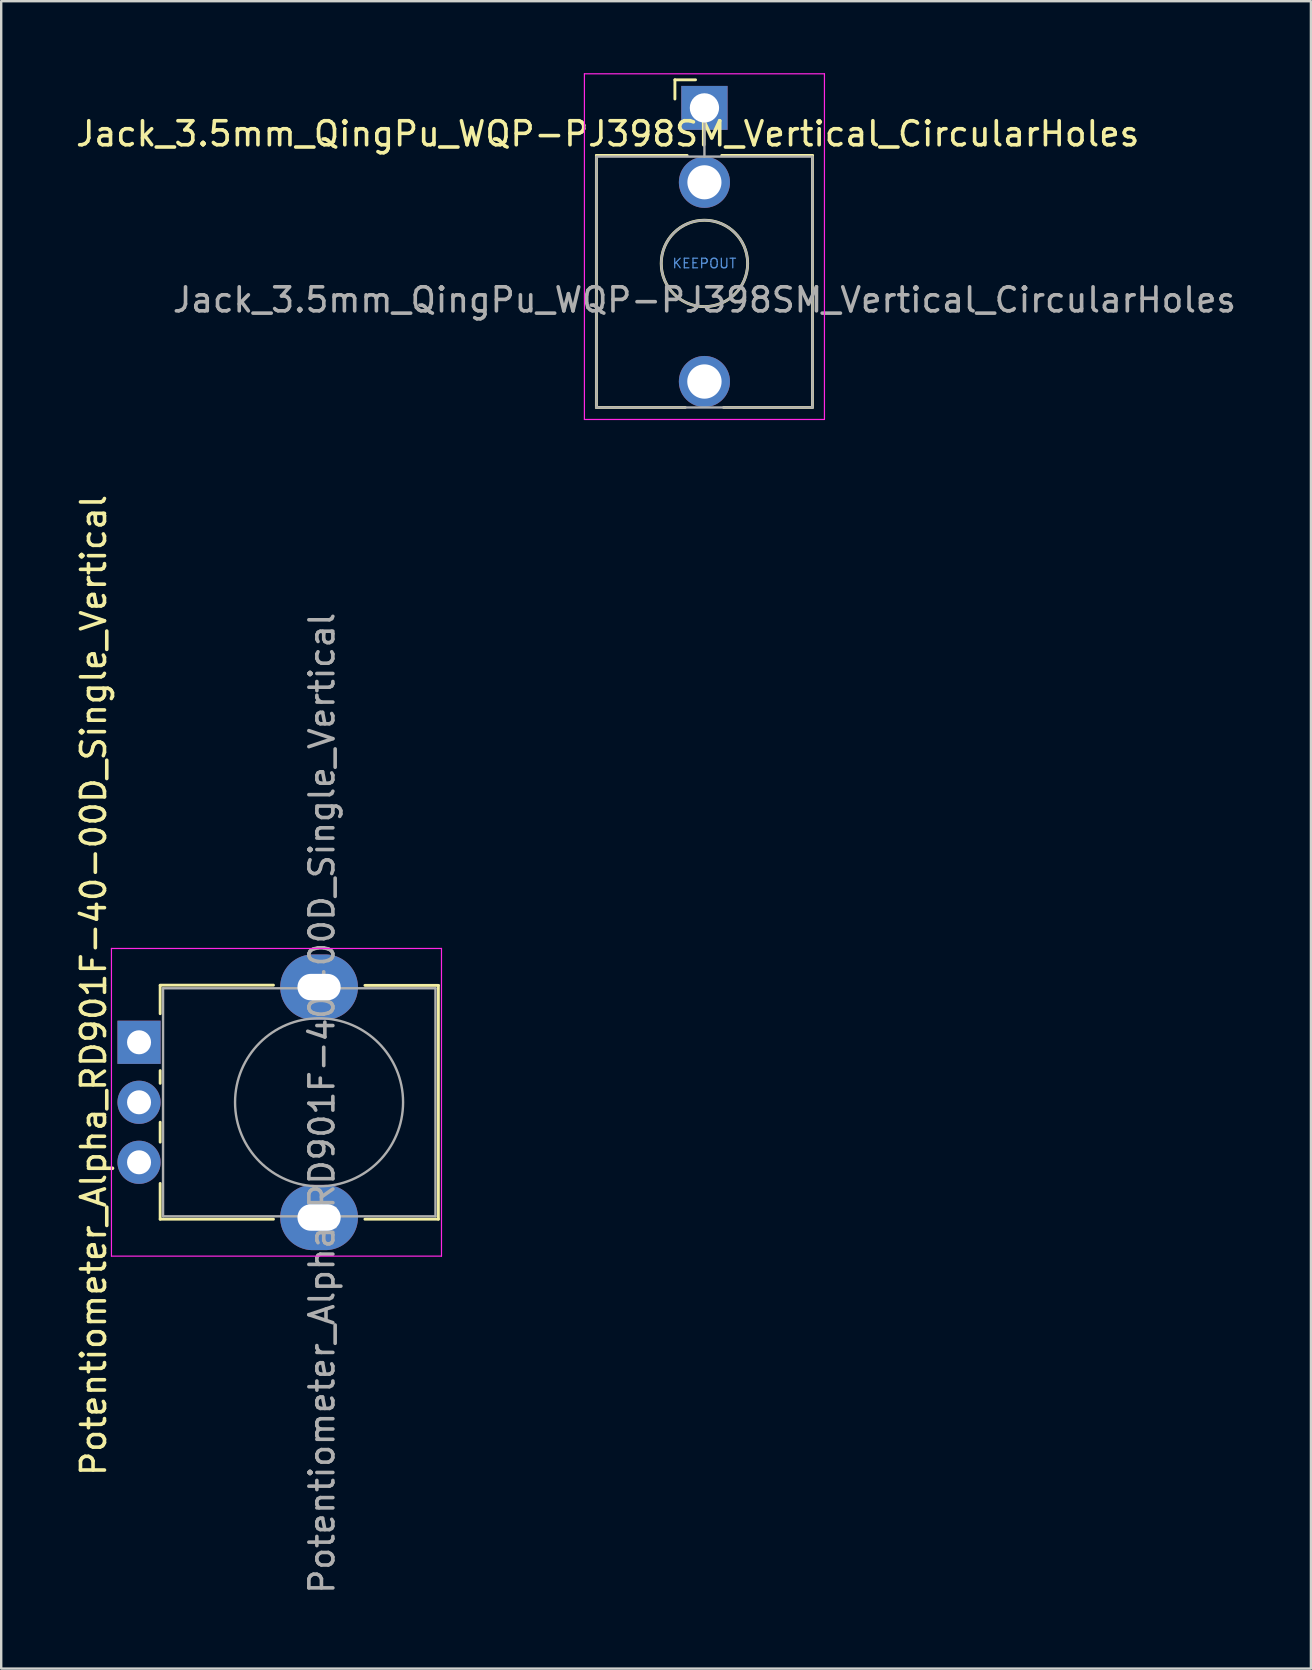
<source format=kicad_pcb>
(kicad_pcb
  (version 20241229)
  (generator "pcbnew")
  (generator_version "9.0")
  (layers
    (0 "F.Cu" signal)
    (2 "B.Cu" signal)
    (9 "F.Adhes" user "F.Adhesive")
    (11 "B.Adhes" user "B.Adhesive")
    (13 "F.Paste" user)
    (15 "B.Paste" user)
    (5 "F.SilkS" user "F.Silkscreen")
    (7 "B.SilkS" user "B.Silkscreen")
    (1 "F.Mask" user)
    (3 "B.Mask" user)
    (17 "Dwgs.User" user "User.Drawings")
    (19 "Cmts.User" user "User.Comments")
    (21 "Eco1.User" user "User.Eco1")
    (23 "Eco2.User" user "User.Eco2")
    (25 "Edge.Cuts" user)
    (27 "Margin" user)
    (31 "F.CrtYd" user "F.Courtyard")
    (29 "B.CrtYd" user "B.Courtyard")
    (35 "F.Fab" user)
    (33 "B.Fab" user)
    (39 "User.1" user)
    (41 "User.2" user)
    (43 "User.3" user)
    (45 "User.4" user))
  (footprint "Potentiometer_Alpha_RD901F-40-00D_Single_Vertical"
    (layer "F.Cu")
    (at 2.743 40.374)
    (property "Reference" "Potentiometer_Alpha_RD901F-40-00D_Single_Vertical" (at -1.895 -2.37 90) (layer "F.SilkS") (effects (font (size 1 1) (thickness 0.15))))
    (attr through_hole)
    (fp_line (start 0.88 -2.38) (end 5.6 -2.38) (stroke (width 0.12) (type solid)) (layer "F.SilkS"))
    (fp_line (start 0.88 -1.19) (end 0.88 -2.37) (stroke (width 0.12) (type solid)) (layer "F.SilkS"))
    (fp_line (start 0.88 1.71) (end 0.88 1.18) (stroke (width 0.12) (type solid)) (layer "F.SilkS"))
    (fp_line (start 0.88 4.16) (end 0.88 3.33) (stroke (width 0.12) (type solid)) (layer "F.SilkS"))
    (fp_line (start 0.88 7.37) (end 0.88 5.88) (stroke (width 0.12) (type solid)) (layer "F.SilkS"))
    (fp_line (start 0.88 7.37) (end 5.6 7.37) (stroke (width 0.12) (type solid)) (layer "F.SilkS"))
    (fp_line (start 9.41 -2.37) (end 12.47 -2.37) (stroke (width 0.12) (type solid)) (layer "F.SilkS"))
    (fp_line (start 9.41 7.37) (end 12.47 7.37) (stroke (width 0.12) (type solid)) (layer "F.SilkS"))
    (fp_line (start 12.47 7.37) (end 12.47 -2.37) (stroke (width 0.12) (type solid)) (layer "F.SilkS"))
    (fp_line (start -1.15 -3.91) (end -1.15 8.91) (stroke (width 0.05) (type solid)) (layer "F.CrtYd"))
    (fp_line (start -1.15 8.91) (end 12.6 8.91) (stroke (width 0.05) (type solid)) (layer "F.CrtYd"))
    (fp_line (start 12.6 -3.91) (end -1.15 -3.91) (stroke (width 0.05) (type solid)) (layer "F.CrtYd"))
    (fp_line (start 12.6 8.91) (end 12.6 -3.91) (stroke (width 0.05) (type solid)) (layer "F.CrtYd"))
    (fp_line (start 1 -2.25) (end 12.35 -2.25) (stroke (width 0.1) (type solid)) (layer "F.Fab"))
    (fp_line (start 1 7.25) (end 1 -2.25) (stroke (width 0.1) (type solid)) (layer "F.Fab"))
    (fp_line (start 1 7.25) (end 12.35 7.25) (stroke (width 0.1) (type solid)) (layer "F.Fab"))
    (fp_line (start 12.35 7.25) (end 12.35 -2.25) (stroke (width 0.1) (type solid)) (layer "F.Fab"))
    (fp_circle (center 7.5 2.5) (end 7.5 -1) (stroke (width 0.1) (type solid)) (fill no) (layer "F.Fab"))
    (fp_text user "${REFERENCE}" (at 7.62 2.54 90) (layer "F.Fab") (effects (font (size 1 1) (thickness 0.15))))
    (pad "" thru_hole oval (at 7.5 -2.3 90) (size 2.72 3.24) (drill oval 1.1 1.8) (layers "*.Cu" "*.Mask"))
    (pad "" thru_hole oval (at 7.5 7.3 90) (size 2.72 3.24) (drill oval 1.1 1.8) (layers "*.Cu" "*.Mask"))
    (pad "1" thru_hole rect (at 0 0 90) (size 1.8 1.8) (drill 1) (layers "*.Cu" "*.Mask"))
    (pad "2" thru_hole circle (at 0 2.5 90) (size 1.8 1.8) (drill 1) (layers "*.Cu" "*.Mask"))
    (pad "3" thru_hole circle (at 0 5 90) (size 1.8 1.8) (drill 1) (layers "*.Cu" "*.Mask")))
  (footprint "Jack_3.5mm_QingPu_WQP-PJ398SM_Vertical_CircularHoles"
    (layer "F.Cu")
    (at 26.298 1.445)
    (property "Reference" "Jack_3.5mm_QingPu_WQP-PJ398SM_Vertical_CircularHoles" (at -4.03 1.08 180) (layer "F.SilkS") (effects (font (size 1 1) (thickness 0.15))))
    (attr through_hole)
    (fp_line (start -4.5 1.98) (end -4.5 12.48) (stroke (width 0.12) (type solid)) (layer "F.SilkS"))
    (fp_line (start -1.23 -1.17) (end -1.23 -0.37) (stroke (width 0.12) (type solid)) (layer "F.SilkS"))
    (fp_line (start -1.23 -1.17) (end -0.37 -1.17) (stroke (width 0.12) (type solid)) (layer "F.SilkS"))
    (fp_line (start -0.8 12.48) (end -4.5 12.48) (stroke (width 0.12) (type solid)) (layer "F.SilkS"))
    (fp_line (start -0.72 1.98) (end -4.5 1.98) (stroke (width 0.12) (type solid)) (layer "F.SilkS"))
    (fp_line (start 4.5 1.98) (end 0.72 1.98) (stroke (width 0.12) (type solid)) (layer "F.SilkS"))
    (fp_line (start 4.5 1.98) (end 4.5 12.48) (stroke (width 0.12) (type solid)) (layer "F.SilkS"))
    (fp_line (start 4.5 12.48) (end 0.8 12.48) (stroke (width 0.12) (type solid)) (layer "F.SilkS"))
    (fp_circle (center 0 6.48) (end 1.8 6.48) (stroke (width 0.12) (type solid)) (fill no) (layer "F.SilkS"))
    (fp_line (start -5 12.98) (end -5 -1.42) (stroke (width 0.05) (type solid)) (layer "F.CrtYd"))
    (fp_line (start 5 -1.42) (end -5 -1.42) (stroke (width 0.05) (type solid)) (layer "F.CrtYd"))
    (fp_line (start 5 12.98) (end -5 12.98) (stroke (width 0.05) (type solid)) (layer "F.CrtYd"))
    (fp_line (start 5 12.98) (end 5 -1.42) (stroke (width 0.05) (type solid)) (layer "F.CrtYd"))
    (fp_line (start -4.5 12.48) (end -4.5 2.08) (stroke (width 0.1) (type solid)) (layer "F.Fab"))
    (fp_line (start 0 0) (end 0 2.03) (stroke (width 0.1) (type solid)) (layer "F.Fab"))
    (fp_line (start 4.5 2.03) (end -4.5 2.03) (stroke (width 0.1) (type solid)) (layer "F.Fab"))
    (fp_line (start 4.5 12.48) (end -4.5 12.48) (stroke (width 0.1) (type solid)) (layer "F.Fab"))
    (fp_line (start 4.5 12.48) (end 4.5 2.08) (stroke (width 0.1) (type solid)) (layer "F.Fab"))
    (fp_circle (center 0 6.48) (end 1.8 6.48) (stroke (width 0.1) (type solid)) (fill no) (layer "F.Fab"))
    (fp_text user "KEEPOUT" (at 0 6.48 180) (layer "Cmts.User") (effects (font (size 0.4 0.4) (thickness 0.051))))
    (fp_text user "${REFERENCE}" (at 0 8 180) (layer "F.Fab") (effects (font (size 1 1) (thickness 0.15))))
    (pad "S" thru_hole rect (at 0 0 180) (size 1.93 1.83) (drill 1.22) (layers "*.Cu" "*.Mask"))
    (pad "T" thru_hole circle (at 0 11.4 180) (size 2.13 2.13) (drill 1.43) (layers "*.Cu" "*.Mask"))
    (pad "TN" thru_hole circle (at 0 3.1 180) (size 2.13 2.13) (drill 1.42) (layers "*.Cu" "*.Mask"))
    (zone (net_name "") (layer "F.Cu") (hatch full 0.508) (connect_pads) (min_thickness 0.254) (filled_areas_thickness no) (keepout (tracks not_allowed) (vias not_allowed) (pads not_allowed) (copperpour not_allowed) (footprints not_allowed)) (placement (enabled no)) (fill) (polygon (pts (xy 27.803 7.925) (xy 27.783 7.679) (xy 27.723 7.44) (xy 27.624 7.214) (xy 27.49 7.007) (xy 27.324 6.824) (xy 27.131 6.671) (xy 26.915 6.552) (xy 26.682 6.47) (xy 26.44 6.427) (xy 26.193 6.424) (xy 25.949 6.461) (xy 25.715 6.537) (xy 25.496 6.651) (xy 25.299 6.799) (xy 25.128 6.978) (xy 24.989 7.182) (xy 24.885 7.405) (xy 24.819 7.643) (xy 24.793 7.888) (xy 24.807 8.134) (xy 24.862 8.375) (xy 24.954 8.604) (xy 25.083 8.814) (xy 25.245 9) (xy 25.435 9.158) (xy 25.648 9.282) (xy 25.878 9.37) (xy 26.12 9.42) (xy 26.366 9.429) (xy 26.611 9.397) (xy 26.847 9.326) (xy 27.069 9.218) (xy 27.269 9.075) (xy 27.444 8.901) (xy 27.588 8.7) (xy 27.697 8.479) (xy 27.769 8.243) (xy 27.801 7.999)))))
  (gr_rect
    (start -3 -3)
    (end 51.566 66.467)
    (stroke (width 0.1) (type default))
    (fill no)
    (layer "Edge.Cuts")))
</source>
